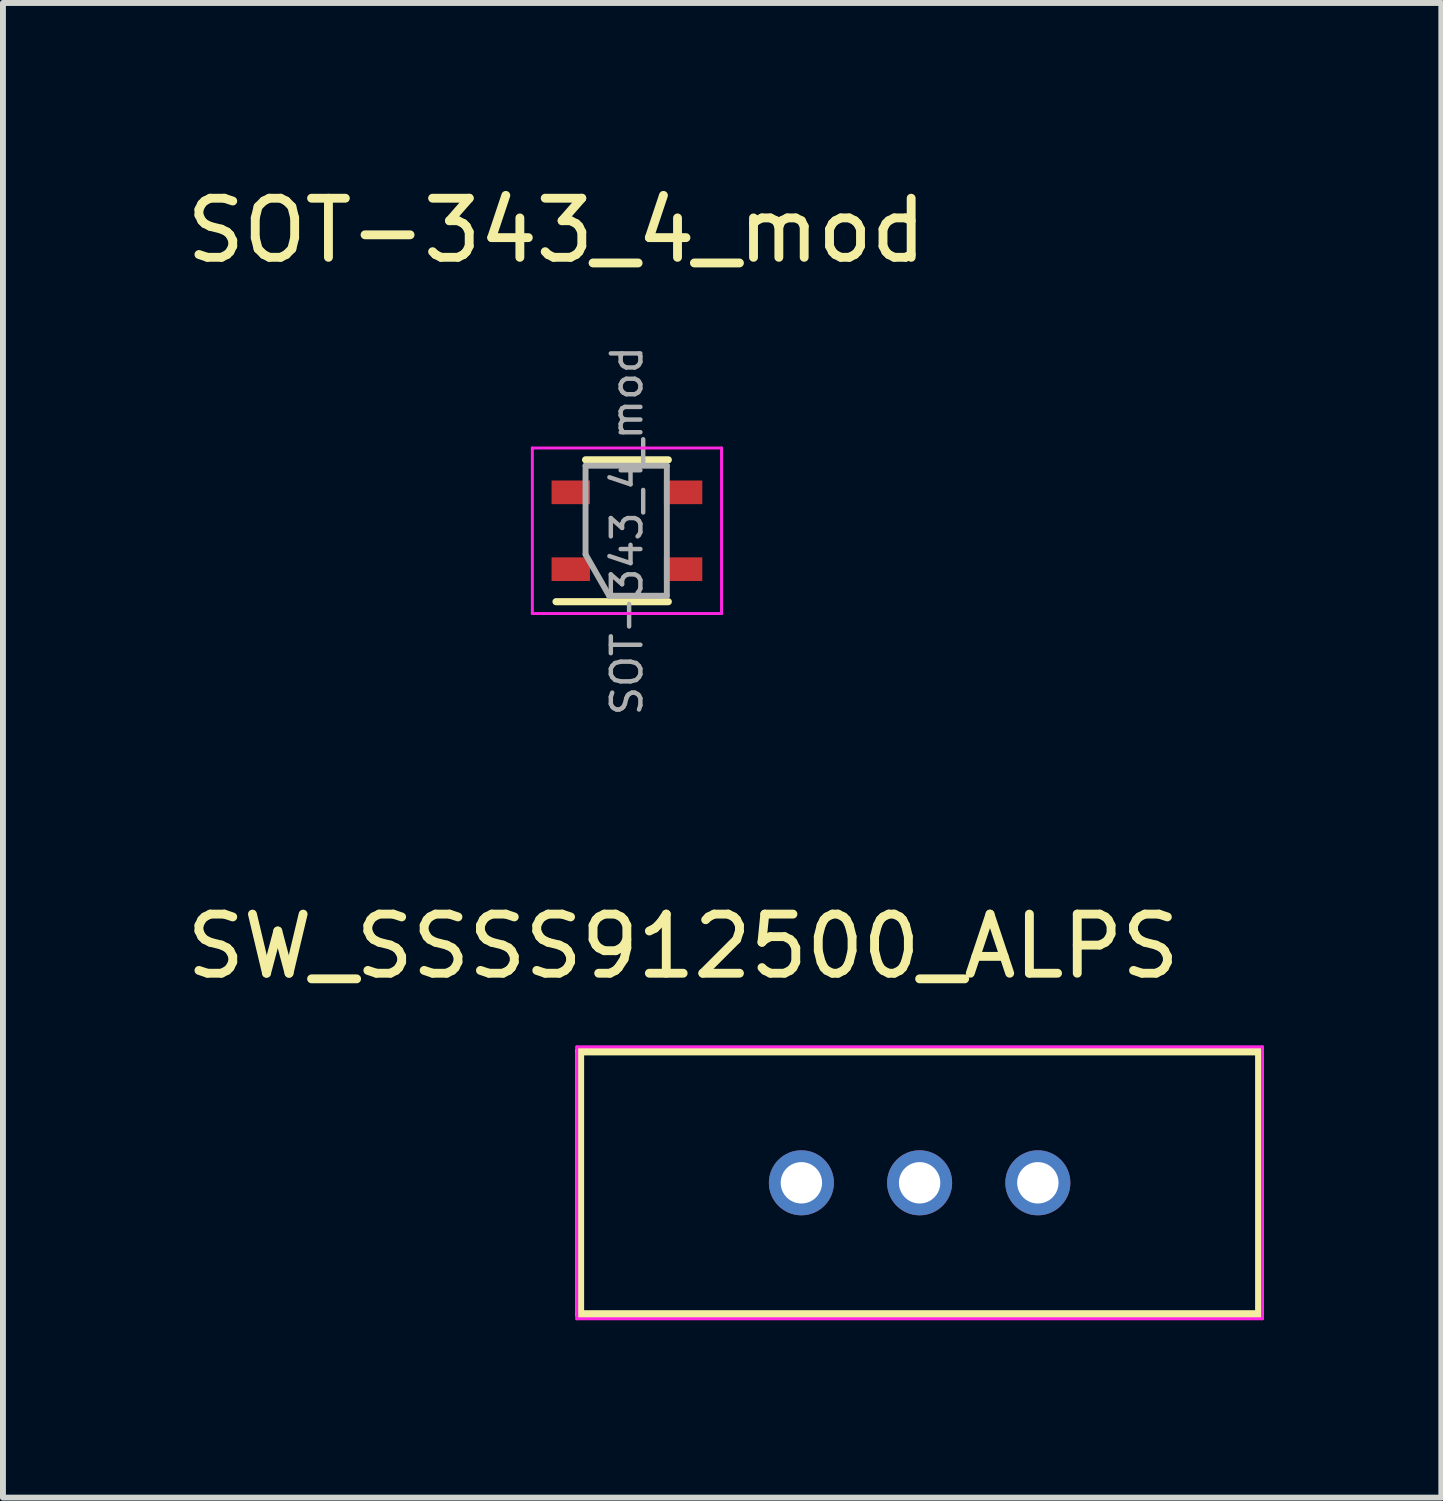
<source format=kicad_pcb>
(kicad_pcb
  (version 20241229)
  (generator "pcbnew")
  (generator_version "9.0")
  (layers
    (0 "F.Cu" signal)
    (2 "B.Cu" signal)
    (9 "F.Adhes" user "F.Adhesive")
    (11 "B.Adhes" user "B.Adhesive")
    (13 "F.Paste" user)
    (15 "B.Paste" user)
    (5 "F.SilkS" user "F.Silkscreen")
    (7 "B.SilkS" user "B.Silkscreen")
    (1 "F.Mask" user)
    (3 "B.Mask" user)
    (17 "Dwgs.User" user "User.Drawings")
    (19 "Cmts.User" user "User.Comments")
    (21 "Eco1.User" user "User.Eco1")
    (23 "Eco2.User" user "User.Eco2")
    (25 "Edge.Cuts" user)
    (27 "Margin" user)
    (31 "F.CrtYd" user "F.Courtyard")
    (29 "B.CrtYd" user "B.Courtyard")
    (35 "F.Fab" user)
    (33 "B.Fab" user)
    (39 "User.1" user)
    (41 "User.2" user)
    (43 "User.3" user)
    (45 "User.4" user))
  (footprint "SW_SSSS912500_ALPS"
    (layer "F.Cu")
    (at 12.506 16.958)
    (property "Reference" "SW_SSSS912500_ALPS" (at -4 -4 0) (layer "F.SilkS") (effects (font (size 1 1) (thickness 0.15))))
    (attr through_hole)
    (fp_line (start -5.75 -2.23) (end -5.75 2.23) (stroke (width 0.15) (type solid)) (layer "F.SilkS"))
    (fp_line (start -5.75 2.23) (end 5.75 2.23) (stroke (width 0.15) (type solid)) (layer "F.SilkS"))
    (fp_line (start 5.75 -2.23) (end -5.75 -2.23) (stroke (width 0.15) (type solid)) (layer "F.SilkS"))
    (fp_line (start 5.75 2.23) (end 5.75 -2.23) (stroke (width 0.15) (type solid)) (layer "F.SilkS"))
    (fp_line (start -5.8 -2.3) (end 5.8 -2.3) (stroke (width 0.05) (type solid)) (layer "F.CrtYd"))
    (fp_line (start -5.8 2.3) (end -5.8 -2.3) (stroke (width 0.05) (type solid)) (layer "F.CrtYd"))
    (fp_line (start 5.8 -2.3) (end 5.8 2.3) (stroke (width 0.05) (type solid)) (layer "F.CrtYd"))
    (fp_line (start 5.8 2.3) (end -5.8 2.3) (stroke (width 0.05) (type solid)) (layer "F.CrtYd"))
    (pad "1" thru_hole circle (at -2 0) (size 1.1 1.1) (drill 0.7) (layers "*.Cu" "*.Mask"))
    (pad "2" thru_hole circle (at 0 0) (size 1.1 1.1) (drill 0.7) (layers "*.Cu" "*.Mask"))
    (pad "3" thru_hole circle (at 2 0) (size 1.1 1.1) (drill 0.7) (layers "*.Cu" "*.Mask")))
  (footprint "SOT-343_4_mod"
    (layer "F.Cu")
    (at 7.555 5.928)
    (property "Reference" "SOT-343_4_mod" (at -1.192 -5.08 0) (layer "F.SilkS") (effects (font (size 1 1) (thickness 0.15))))
    (attr smd)
    (fp_line (start -1.2 1.2) (end 0.7 1.2) (stroke (width 0.12) (type solid)) (layer "F.SilkS"))
    (fp_line (start 0.7 -1.2) (end -0.7 -1.2) (stroke (width 0.12) (type solid)) (layer "F.SilkS"))
    (fp_line (start -1.6 -1.4) (end -1.6 1.4) (stroke (width 0.05) (type solid)) (layer "F.CrtYd"))
    (fp_line (start -1.6 -1.4) (end 1.6 -1.4) (stroke (width 0.05) (type solid)) (layer "F.CrtYd"))
    (fp_line (start -1.6 1.4) (end 1.6 1.4) (stroke (width 0.05) (type solid)) (layer "F.CrtYd"))
    (fp_line (start 1.6 1.4) (end 1.6 -1.4) (stroke (width 0.05) (type solid)) (layer "F.CrtYd"))
    (fp_line (start -0.7 -1.1) (end -0.7 0.4) (stroke (width 0.1) (type solid)) (layer "F.Fab"))
    (fp_line (start -0.7 0.4) (end -0.3 1.1) (stroke (width 0.1) (type solid)) (layer "F.Fab"))
    (fp_line (start 0.675 -1.1) (end -0.7 -1.1) (stroke (width 0.1) (type solid)) (layer "F.Fab"))
    (fp_line (start 0.675 -1.1) (end 0.675 1.1) (stroke (width 0.1) (type solid)) (layer "F.Fab"))
    (fp_line (start 0.675 1.1) (end -0.3 1.1) (stroke (width 0.1) (type solid)) (layer "F.Fab"))
    (fp_text user "${REFERENCE}" (at 0 0 90) (layer "F.Fab") (effects (font (size 0.5 0.5) (thickness 0.075))))
    (pad "1" smd rect (at -0.95 0.65) (size 0.65 0.4) (layers "F.Cu" "F.Mask" "F.Paste"))
    (pad "2" smd rect (at 0.95 0.65) (size 0.65 0.4) (layers "F.Cu" "F.Mask" "F.Paste"))
    (pad "3" smd rect (at 0.95 -0.65) (size 0.65 0.4) (layers "F.Cu" "F.Mask" "F.Paste"))
    (pad "4" smd rect (at -0.95 -0.65) (size 0.65 0.4) (layers "F.Cu" "F.Mask" "F.Paste")))
  (gr_rect
    (start -3 -3)
    (end 21.331 22.283)
    (stroke (width 0.1) (type default))
    (fill no)
    (layer "Edge.Cuts")))
</source>
